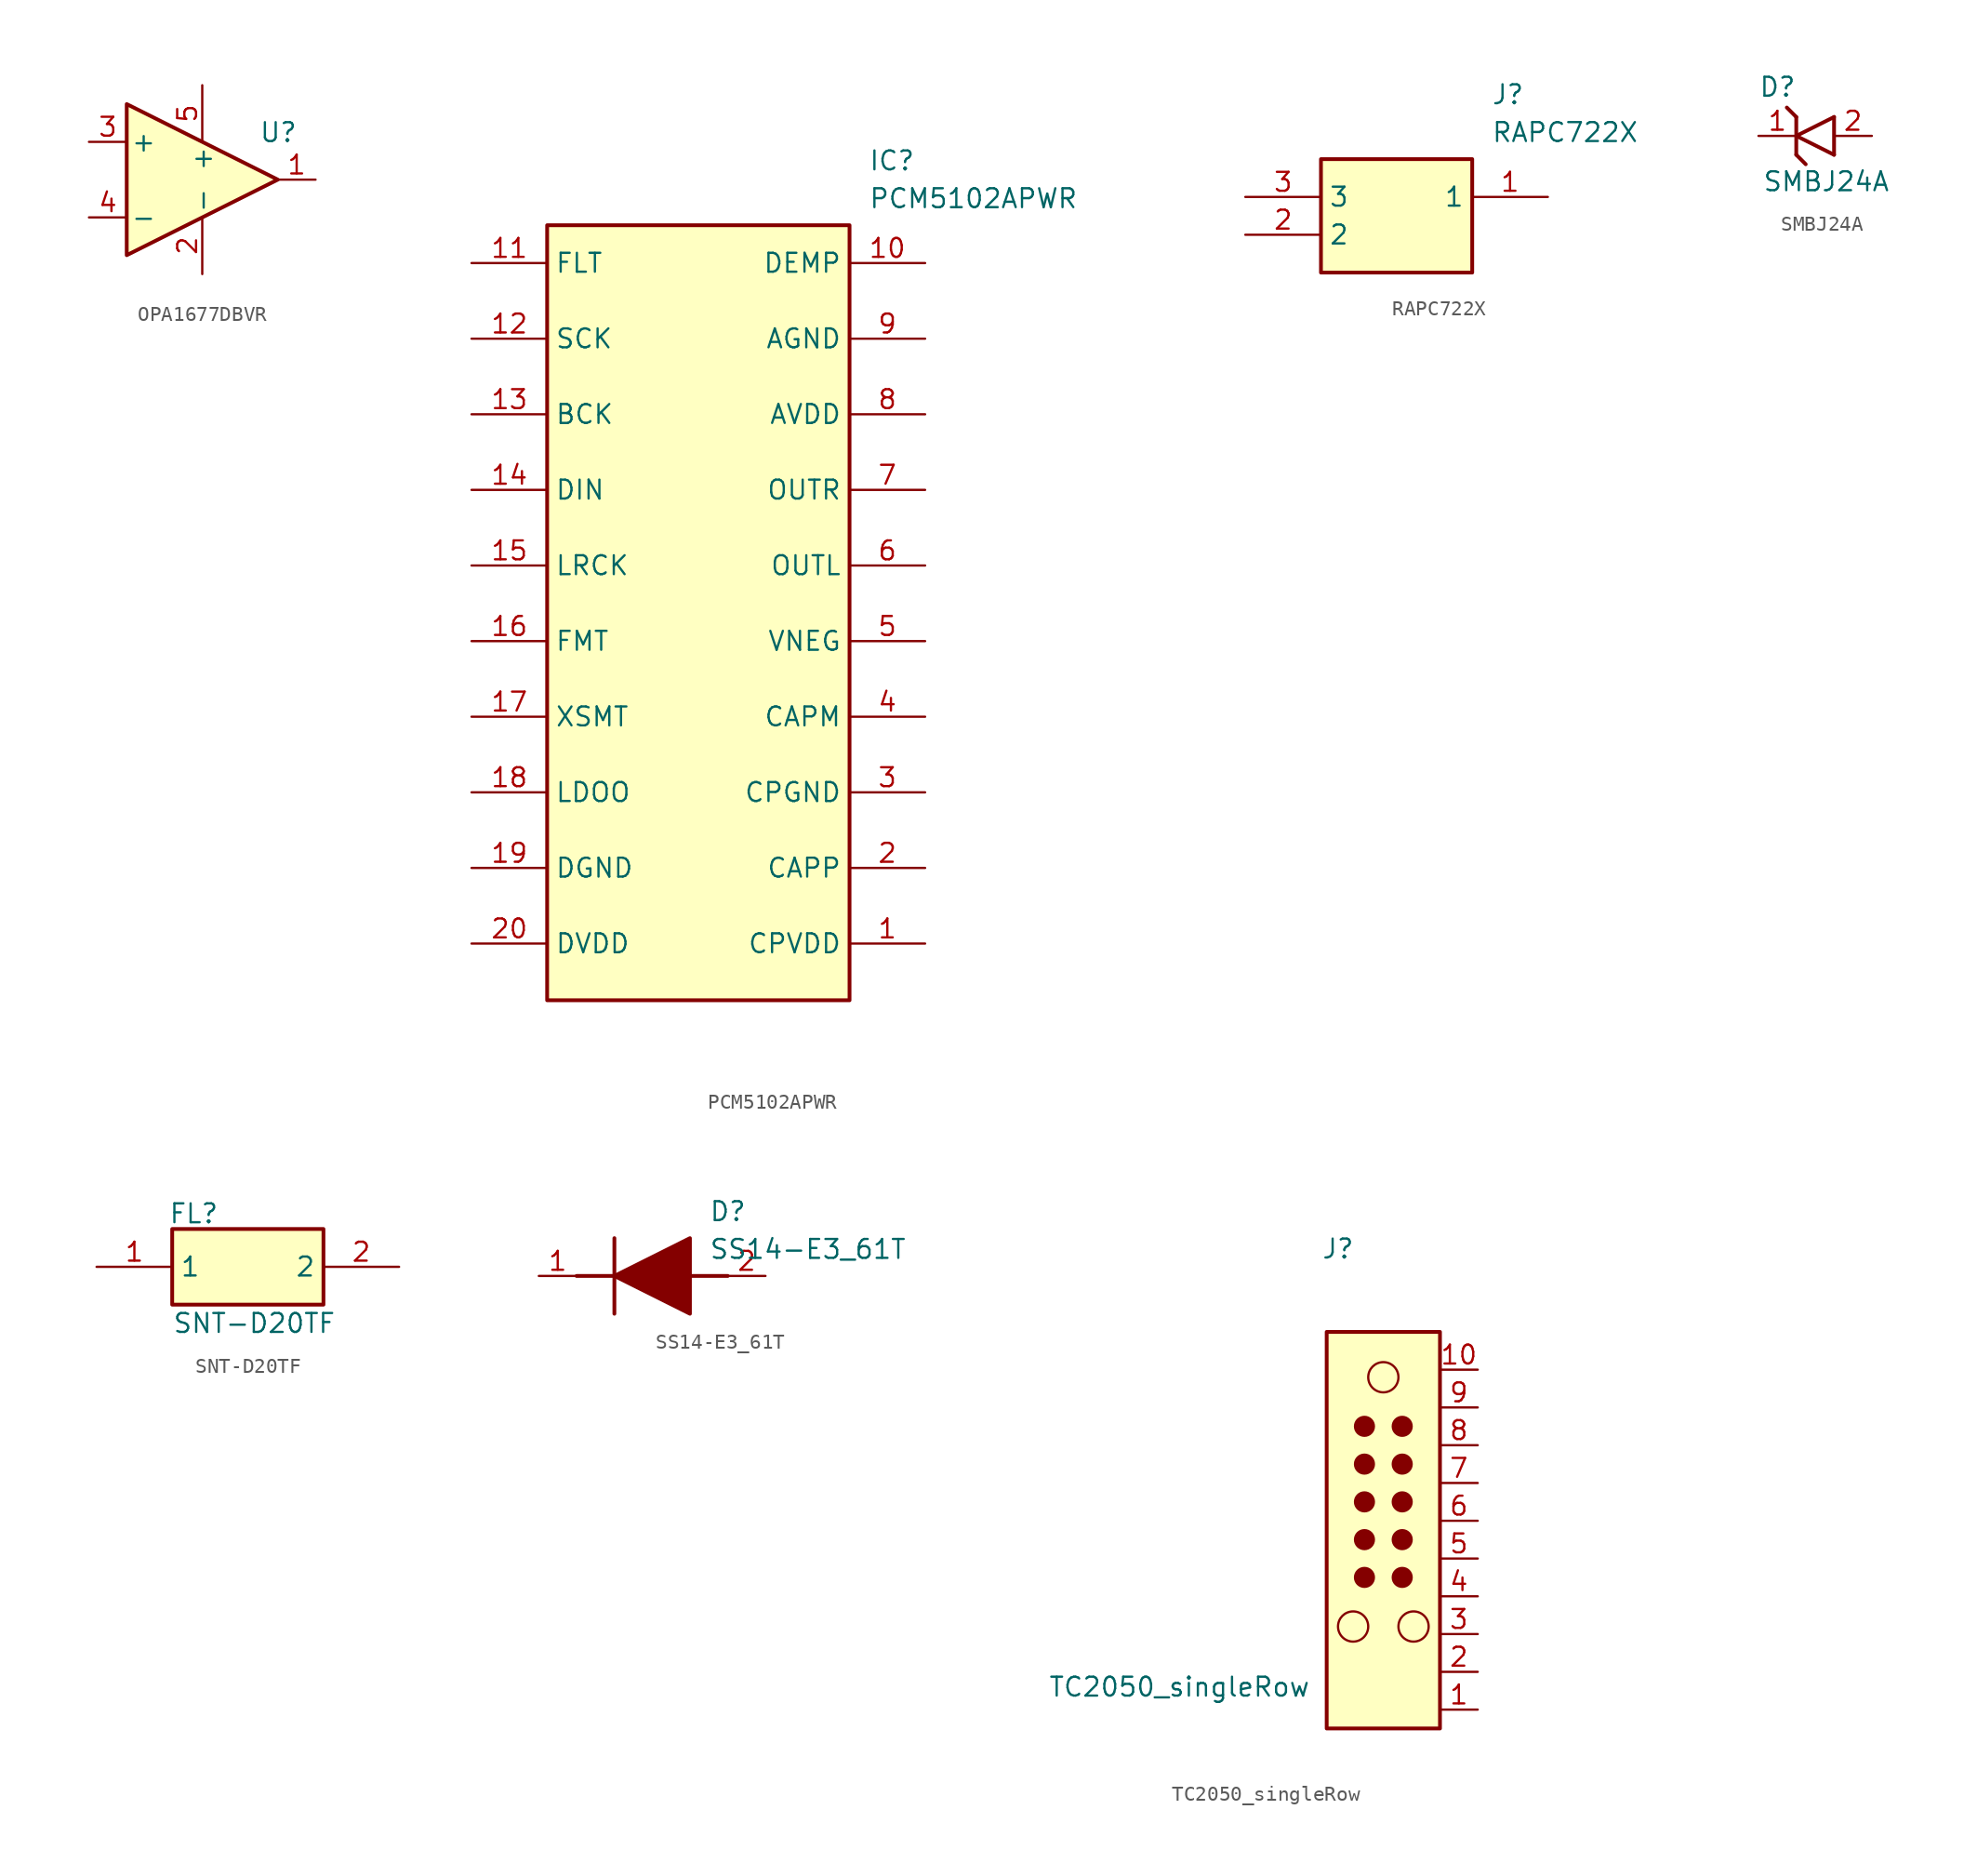
<source format=kicad_sym>
(kicad_symbol_lib
  (version 20241209)
  (generator "kicad_symbol_editor")
  (generator_version "9.0")
  (symbol "OPA1677DBVR"
    (pin_names
      (offset 0.254))
    (property "Reference" "U"
      (at 3.81 3.175 0)
      (effects (font (size 1.27 1.27)) (justify left)))
    (property "Value" "${SIM.PARAMS}"
      (at 3.81 -3.175 0)
      (effects (font (size 1.27 1.27)) (justify left)))
    (symbol "OPA1677DBVR_0_1"
      (polyline (pts (xy 5.08 0) (xy -5.08 5.08) (xy -5.08 -5.08) (xy 5.08 0)) (stroke (width 0.254) (type default)) (fill (type background))))
    (symbol "OPA1677DBVR_1_1"
      (pin input line (at -7.62 2.54 0) (length 2.54) (name "+" (effects (font (size 1.27 1.27)))) (number "3" (effects (font (size 1.27 1.27)))))
      (pin input line (at -7.62 -2.54 0) (length 2.54) (name "-" (effects (font (size 1.27 1.27)))) (number "4" (effects (font (size 1.27 1.27)))))
      (pin power_in line (at 0 6.35 270) (length 3.81) (name "+" (effects (font (size 1.27 1.27)))) (number "5" (effects (font (size 1.27 1.27)))))
      (pin power_in line (at 0 -6.35 90) (length 3.81) (name "-" (effects (font (size 1.27 1.27)))) (number "2" (effects (font (size 1.27 1.27)))))
      (pin output line (at 7.62 0 180) (length 2.54) (name "~" (effects (font (size 1.27 1.27)))) (number "1" (effects (font (size 1.27 1.27)))))))
  (symbol "PCM5102APWR"
    (property "Reference" "IC"
      (at 26.67 7.62 0)
      (effects (font (size 1.27 1.27)) (justify left top)))
    (property "Value" "PCM5102APWR"
      (at 26.67 5.08 0)
      (effects (font (size 1.27 1.27)) (justify left top)))
    (symbol "PCM5102APWR_1_1"
      (rectangle (start 5.08 2.54) (end 25.4 -49.53) (stroke (width 0.254) (type default)) (fill (type background)))
      (pin passive line (at 0 0 0) (length 5.08) (name "FLT" (effects (font (size 1.27 1.27)))) (number "11" (effects (font (size 1.27 1.27)))))
      (pin passive line (at 0 -5.08 0) (length 5.08) (name "SCK" (effects (font (size 1.27 1.27)))) (number "12" (effects (font (size 1.27 1.27)))))
      (pin passive line (at 0 -10.16 0) (length 5.08) (name "BCK" (effects (font (size 1.27 1.27)))) (number "13" (effects (font (size 1.27 1.27)))))
      (pin passive line (at 0 -15.24 0) (length 5.08) (name "DIN" (effects (font (size 1.27 1.27)))) (number "14" (effects (font (size 1.27 1.27)))))
      (pin passive line (at 0 -20.32 0) (length 5.08) (name "LRCK" (effects (font (size 1.27 1.27)))) (number "15" (effects (font (size 1.27 1.27)))))
      (pin passive line (at 0 -25.4 0) (length 5.08) (name "FMT" (effects (font (size 1.27 1.27)))) (number "16" (effects (font (size 1.27 1.27)))))
      (pin passive line (at 0 -30.48 0) (length 5.08) (name "XSMT" (effects (font (size 1.27 1.27)))) (number "17" (effects (font (size 1.27 1.27)))))
      (pin passive line (at 0 -35.56 0) (length 5.08) (name "LDOO" (effects (font (size 1.27 1.27)))) (number "18" (effects (font (size 1.27 1.27)))))
      (pin passive line (at 0 -40.64 0) (length 5.08) (name "DGND" (effects (font (size 1.27 1.27)))) (number "19" (effects (font (size 1.27 1.27)))))
      (pin passive line (at 0 -45.72 0) (length 5.08) (name "DVDD" (effects (font (size 1.27 1.27)))) (number "20" (effects (font (size 1.27 1.27)))))
      (pin passive line (at 30.48 0 180) (length 5.08) (name "DEMP" (effects (font (size 1.27 1.27)))) (number "10" (effects (font (size 1.27 1.27)))))
      (pin passive line (at 30.48 -5.08 180) (length 5.08) (name "AGND" (effects (font (size 1.27 1.27)))) (number "9" (effects (font (size 1.27 1.27)))))
      (pin passive line (at 30.48 -10.16 180) (length 5.08) (name "AVDD" (effects (font (size 1.27 1.27)))) (number "8" (effects (font (size 1.27 1.27)))))
      (pin passive line (at 30.48 -15.24 180) (length 5.08) (name "OUTR" (effects (font (size 1.27 1.27)))) (number "7" (effects (font (size 1.27 1.27)))))
      (pin passive line (at 30.48 -20.32 180) (length 5.08) (name "OUTL" (effects (font (size 1.27 1.27)))) (number "6" (effects (font (size 1.27 1.27)))))
      (pin passive line (at 30.48 -25.4 180) (length 5.08) (name "VNEG" (effects (font (size 1.27 1.27)))) (number "5" (effects (font (size 1.27 1.27)))))
      (pin passive line (at 30.48 -30.48 180) (length 5.08) (name "CAPM" (effects (font (size 1.27 1.27)))) (number "4" (effects (font (size 1.27 1.27)))))
      (pin passive line (at 30.48 -35.56 180) (length 5.08) (name "CPGND" (effects (font (size 1.27 1.27)))) (number "3" (effects (font (size 1.27 1.27)))))
      (pin passive line (at 30.48 -40.64 180) (length 5.08) (name "CAPP" (effects (font (size 1.27 1.27)))) (number "2" (effects (font (size 1.27 1.27)))))
      (pin passive line (at 30.48 -45.72 180) (length 5.08) (name "CPVDD" (effects (font (size 1.27 1.27)))) (number "1" (effects (font (size 1.27 1.27)))))))
  (symbol "RAPC722X"
    (property "Reference" "J"
      (at 16.51 7.62 0)
      (effects (font (size 1.27 1.27)) (justify left top)))
    (property "Value" "RAPC722X"
      (at 16.51 5.08 0)
      (effects (font (size 1.27 1.27)) (justify left top)))
    (symbol "RAPC722X_1_1"
      (rectangle (start 5.08 2.54) (end 15.24 -5.08) (stroke (width 0.254) (type default)) (fill (type background)))
      (pin power_out line (at 0 0 0) (length 5.08) (name "3" (effects (font (size 1.27 1.27)))) (number "3" (effects (font (size 1.27 1.27)))))
      (pin power_in line (at 0 -2.54 0) (length 5.08) (name "2" (effects (font (size 1.27 1.27)))) (number "2" (effects (font (size 1.27 1.27)))))
      (pin power_in line (at 20.32 0 180) (length 5.08) (name "1" (effects (font (size 1.27 1.27)))) (number "1" (effects (font (size 1.27 1.27)))))))
  (symbol "SMBJ24A"
    (pin_names
      (hide yes))
    (property "Reference" "D"
      (at 0 2.54 0)
      (effects (font (size 1.27 1.27)) (justify left bottom)))
    (property "Value" "SMBJ24A"
      (at 0.254 -3.81 0)
      (effects (font (size 1.27 1.27)) (justify left bottom)))
    (symbol "SMBJ24A_1_1"
      (polyline (pts (xy 1.905 1.905) (xy 2.54 1.27)) (stroke (width 0.254) (type default)) (fill (type none)))
      (polyline (pts (xy 2.54 0) (xy 5.08 1.27)) (stroke (width 0.254) (type default)) (fill (type none)))
      (polyline (pts (xy 2.54 -1.27) (xy 2.54 1.27)) (stroke (width 0.254) (type default)) (fill (type none)))
      (polyline (pts (xy 2.54 -1.27) (xy 3.175 -1.905)) (stroke (width 0.254) (type default)) (fill (type none)))
      (polyline (pts (xy 5.08 -1.27) (xy 2.54 0)) (stroke (width 0.254) (type default)) (fill (type none)))
      (polyline (pts (xy 5.08 -1.27) (xy 5.08 1.27)) (stroke (width 0.254) (type default)) (fill (type none)))
      (pin passive line (at 0 0 0) (length 2.54) (name "K" (effects (font (size 1.27 1.27)))) (number "1" (effects (font (size 1.27 1.27)))))
      (pin passive line (at 7.62 0 180) (length 2.54) (name "A" (effects (font (size 1.27 1.27)))) (number "2" (effects (font (size 1.27 1.27)))))))
  (symbol "SNT-D20TF"
    (property "Reference" "FL"
      (at 4.826 4.318 0)
      (effects (font (size 1.27 1.27)) (justify left top)))
    (property "Value" "SNT-D20TF"
      (at 5.08 -3.048 0)
      (effects (font (size 1.27 1.27)) (justify left top)))
    (symbol "SNT-D20TF_1_1"
      (rectangle (start 5.08 2.54) (end 15.24 -2.54) (stroke (width 0.254) (type default)) (fill (type background)))
      (pin passive line (at 0 0 0) (length 5.08) (name "1" (effects (font (size 1.27 1.27)))) (number "1" (effects (font (size 1.27 1.27)))))
      (pin passive line (at 20.32 0 180) (length 5.08) (name "2" (effects (font (size 1.27 1.27)))) (number "2" (effects (font (size 1.27 1.27)))))))
  (symbol "SS14-E3_61T"
    (pin_names
      (hide yes))
    (property "Reference" "D"
      (at 11.43 5.08 0)
      (effects (font (size 1.27 1.27)) (justify left top)))
    (property "Value" "SS14-E3_61T"
      (at 11.43 2.54 0)
      (effects (font (size 1.27 1.27)) (justify left top)))
    (symbol "SS14-E3_61T_1_1"
      (polyline (pts (xy 2.54 0) (xy 5.08 0)) (stroke (width 0.254) (type default)) (fill (type none)))
      (polyline (pts (xy 5.08 2.54) (xy 5.08 -2.54)) (stroke (width 0.254) (type default)) (fill (type none)))
      (polyline (pts (xy 5.08 0) (xy 10.16 2.54) (xy 10.16 -2.54) (xy 5.08 0)) (stroke (width 0.254) (type default)) (fill (type outline)))
      (polyline (pts (xy 10.16 0) (xy 12.7 0)) (stroke (width 0.254) (type default)) (fill (type none)))
      (pin passive line (at 0 0 0) (length 2.54) (name "K" (effects (font (size 1.27 1.27)))) (number "1" (effects (font (size 1.27 1.27)))))
      (pin passive line (at 15.24 0 180) (length 2.54) (name "A" (effects (font (size 1.27 1.27)))) (number "2" (effects (font (size 1.27 1.27)))))))
  (symbol "TC2050_singleRow"
    (property "Reference" "J"
      (at -1.778 17.018 0)
      (effects (font (size 1.27 1.27))))
    (property "Value" "TC2050_singleRow"
      (at -12.446 -12.446 0)
      (effects (font (size 1.27 1.27))))
    (symbol "TC2050_singleRow_1_1"
      (rectangle (start -2.54 11.43) (end 5.08 -15.24) (stroke (width 0.254) (type default)) (fill (type background)))
      (circle (center -0.762 -8.382) (radius 1.016) (stroke (width 0) (type default)) (fill (type none)))
      (circle (center 0 5.08) (radius 0.635) (stroke (width 0) (type default)) (fill (type outline)))
      (circle (center 0 2.54) (radius 0.635) (stroke (width 0) (type default)) (fill (type outline)))
      (circle (center 0 0) (radius 0.635) (stroke (width 0) (type default)) (fill (type outline)))
      (circle (center 0 -2.54) (radius 0.635) (stroke (width 0) (type default)) (fill (type outline)))
      (circle (center 0 -5.08) (radius 0.635) (stroke (width 0) (type default)) (fill (type outline)))
      (circle (center 1.27 8.382) (radius 1.016) (stroke (width 0) (type default)) (fill (type none)))
      (circle (center 2.54 5.08) (radius 0.635) (stroke (width 0) (type default)) (fill (type outline)))
      (circle (center 2.54 2.54) (radius 0.635) (stroke (width 0) (type default)) (fill (type outline)))
      (circle (center 2.54 0) (radius 0.635) (stroke (width 0) (type default)) (fill (type outline)))
      (circle (center 2.54 -2.54) (radius 0.635) (stroke (width 0) (type default)) (fill (type outline)))
      (circle (center 2.54 -5.08) (radius 0.635) (stroke (width 0) (type default)) (fill (type outline)))
      (circle (center 3.302 -8.382) (radius 1.016) (stroke (width 0) (type default)) (fill (type none)))
      (pin passive line (at 7.62 8.89 180) (length 2.54) (name "~" (effects (font (size 1.27 1.27)))) (number "10" (effects (font (size 1.27 1.27)))))
      (pin passive line (at 7.62 6.35 180) (length 2.54) (name "~" (effects (font (size 1.27 1.27)))) (number "9" (effects (font (size 1.27 1.27)))))
      (pin passive line (at 7.62 3.81 180) (length 2.54) (name "~" (effects (font (size 1.27 1.27)))) (number "8" (effects (font (size 1.27 1.27)))))
      (pin passive line (at 7.62 1.27 180) (length 2.54) (name "~" (effects (font (size 1.27 1.27)))) (number "7" (effects (font (size 1.27 1.27)))))
      (pin passive line (at 7.62 -1.27 180) (length 2.54) (name "~" (effects (font (size 1.27 1.27)))) (number "6" (effects (font (size 1.27 1.27)))))
      (pin passive line (at 7.62 -3.81 180) (length 2.54) (name "~" (effects (font (size 1.27 1.27)))) (number "5" (effects (font (size 1.27 1.27)))))
      (pin passive line (at 7.62 -6.35 180) (length 2.54) (name "~" (effects (font (size 1.27 1.27)))) (number "4" (effects (font (size 1.27 1.27)))))
      (pin passive line (at 7.62 -8.89 180) (length 2.54) (name "~" (effects (font (size 1.27 1.27)))) (number "3" (effects (font (size 1.27 1.27)))))
      (pin passive line (at 7.62 -11.43 180) (length 2.54) (name "~" (effects (font (size 1.27 1.27)))) (number "2" (effects (font (size 1.27 1.27)))))
      (pin passive line (at 7.62 -13.97 180) (length 2.54) (name "~" (effects (font (size 1.27 1.27)))) (number "1" (effects (font (size 1.27 1.27))))))))
</source>
